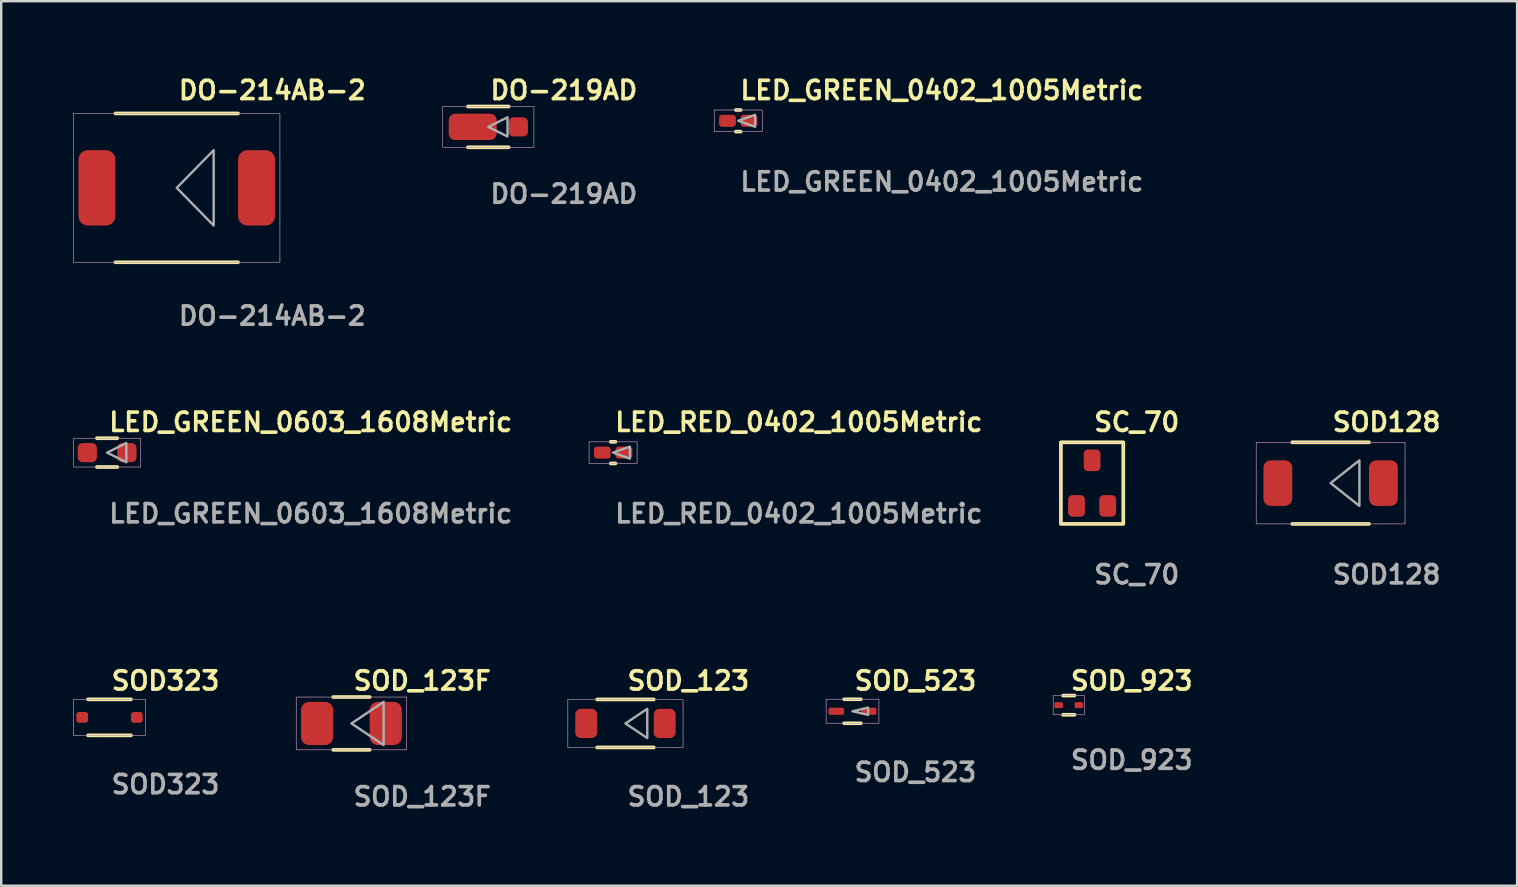
<source format=kicad_pcb>
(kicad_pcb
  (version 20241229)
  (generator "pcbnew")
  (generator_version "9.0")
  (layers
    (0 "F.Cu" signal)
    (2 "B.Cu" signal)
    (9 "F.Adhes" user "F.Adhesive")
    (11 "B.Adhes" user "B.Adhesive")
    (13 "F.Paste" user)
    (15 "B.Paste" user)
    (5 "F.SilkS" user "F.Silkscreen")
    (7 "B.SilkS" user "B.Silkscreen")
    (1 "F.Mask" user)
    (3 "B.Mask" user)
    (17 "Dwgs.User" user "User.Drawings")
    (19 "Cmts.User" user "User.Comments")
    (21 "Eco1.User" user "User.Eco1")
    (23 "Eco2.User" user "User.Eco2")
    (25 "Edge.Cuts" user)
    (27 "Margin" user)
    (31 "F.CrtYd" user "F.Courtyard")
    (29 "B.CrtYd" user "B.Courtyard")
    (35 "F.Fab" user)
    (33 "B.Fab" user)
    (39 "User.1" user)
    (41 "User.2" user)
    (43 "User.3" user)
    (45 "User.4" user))
  (footprint "SOD323"
    (layer "F.Cu")
    (at 1.513 26.838)
    (property "Reference" "SOD323" (at 0 -1.524 0) (unlocked yes) (layer "F.SilkS") (effects (font (size 0.762 0.762) (thickness 0.152)) (justify left)))
    (fp_line (start 0.895 -0.75) (end -0.895 -0.75) (stroke (width 0.152) (type solid)) (layer "F.SilkS"))
    (fp_line (start 0.895 0.75) (end -0.895 0.75) (stroke (width 0.152) (type solid)) (layer "F.SilkS"))
    (fp_rect (start -1.5 -0.75) (end 1.5 0.75) (stroke (width 0.006) (type solid)) (fill no) (layer "F.CrtYd"))
    (fp_rect (start -1.5 -0.75) (end 1.5 0.75) (stroke (width 0.025) (type default)) (fill no) (layer "F.Fab"))
    (fp_text user "${REFERENCE}" (at 0 2.794 0) (unlocked yes) (layer "F.Fab") (effects (font (size 0.762 0.762) (thickness 0.152)) (justify left)))
    (pad "1" smd roundrect (at -1.14 0) (size 0.49 0.45) (layers "F.Cu" "F.Mask" "F.Paste") (roundrect_rratio 0.25))
    (pad "2" smd roundrect (at 1.14 0) (size 0.49 0.45) (layers "F.Cu" "F.Mask" "F.Paste") (roundrect_rratio 0.25)))
  (footprint "LED_GREEN_0603_1608Metric"
    (layer "F.Cu")
    (at 1.413 15.808)
    (property "Reference" "LED_GREEN_0603_1608Metric" (at 0 -1.27 0) (unlocked yes) (layer "F.SilkS") (effects (font (size 0.762 0.762) (thickness 0.152)) (justify left)))
    (fp_line (start 0.425 -0.6) (end -0.425 -0.6) (stroke (width 0.152) (type solid)) (layer "F.SilkS"))
    (fp_line (start 0.425 0.6) (end -0.425 0.6) (stroke (width 0.152) (type solid)) (layer "F.SilkS"))
    (fp_rect (start -1.4 -0.6) (end 1.4 0.6) (stroke (width 0.006) (type solid)) (fill no) (layer "F.CrtYd"))
    (fp_rect (start -1.4 -0.6) (end 1.4 0.6) (stroke (width 0.025) (type default)) (fill no) (layer "F.Fab"))
    (fp_poly (pts (xy 0.8 0) (xy 0.825 0) (xy 0.8 0) (xy 0.8 0.4) (xy 0 0) (xy 0 0.4) (xy 0 0) (xy -0.825 0) (xy 0 0) (xy 0 -0.4) (xy 0 0) (xy 0.8 -0.4)) (stroke (width 0.1) (type solid)) (fill no) (layer "F.Fab"))
    (fp_text user "${REFERENCE}" (at 0 2.54 0) (unlocked yes) (layer "F.Fab") (effects (font (size 0.762 0.762) (thickness 0.152)) (justify left)))
    (pad "1" smd roundrect (at -0.825 0) (size 0.8 0.8) (layers "F.Cu" "F.Mask" "F.Paste") (roundrect_rratio 0.25))
    (pad "2" smd roundrect (at 0.825 0) (size 0.8 0.8) (layers "F.Cu" "F.Mask" "F.Paste") (roundrect_rratio 0.25)))
  (footprint "DO-214AB-2"
    (layer "F.Cu")
    (at 4.313 4.777)
    (property "Reference" "DO-214AB-2" (at 0 -4.064 0) (unlocked yes) (layer "F.SilkS") (effects (font (size 0.762 0.762) (thickness 0.152)) (justify left)))
    (fp_line (start 2.555 -3.1) (end -2.555 -3.1) (stroke (width 0.152) (type solid)) (layer "F.SilkS"))
    (fp_line (start 2.555 3.1) (end -2.555 3.1) (stroke (width 0.152) (type solid)) (layer "F.SilkS"))
    (fp_rect (start -4.3 -3.1) (end 4.3 3.1) (stroke (width 0.006) (type solid)) (fill no) (layer "F.CrtYd"))
    (fp_rect (start -4.3 -3.1) (end 4.3 3.1) (stroke (width 0.025) (type default)) (fill no) (layer "F.Fab"))
    (fp_poly (pts (xy 1.54 0) (xy 3.325 0) (xy 1.54 0) (xy 1.54 1.57) (xy 0 0) (xy 0 1.57) (xy 0 0) (xy -3.325 0) (xy 0 0) (xy 0 -1.57) (xy 0 0) (xy 1.54 -1.57)) (stroke (width 0.1) (type solid)) (fill no) (layer "F.Fab"))
    (fp_text user "${REFERENCE}" (at 0 5.334 0) (unlocked yes) (layer "F.Fab") (effects (font (size 0.762 0.762) (thickness 0.152)) (justify left)))
    (pad "1" smd roundrect (at -3.325 0) (size 1.54 3.14) (layers "F.Cu" "F.Mask" "F.Paste") (roundrect_rratio 0.25))
    (pad "2" smd roundrect (at 3.325 0) (size 1.54 3.14) (layers "F.Cu" "F.Mask" "F.Paste") (roundrect_rratio 0.25)))
  (footprint "SOD128"
    (layer "F.Cu")
    (at 52.389 17.078)
    (property "Reference" "SOD128" (at 0 -2.54 0) (unlocked yes) (layer "F.SilkS") (effects (font (size 0.762 0.762) (thickness 0.152)) (justify left)))
    (fp_line (start 1.6 -1.7) (end -1.6 -1.7) (stroke (width 0.152) (type solid)) (layer "F.SilkS"))
    (fp_line (start 1.6 1.7) (end -1.6 1.7) (stroke (width 0.152) (type solid)) (layer "F.SilkS"))
    (fp_rect (start -3.1 -1.7) (end 3.1 1.7) (stroke (width 0.006) (type solid)) (fill no) (layer "F.CrtYd"))
    (fp_rect (start -3.1 -1.7) (end 3.1 1.7) (stroke (width 0.025) (type default)) (fill no) (layer "F.Fab"))
    (fp_poly (pts (xy 1.2 0) (xy 2.2 0) (xy 1.2 0) (xy 1.2 0.95) (xy 0 0) (xy 0 0.95) (xy 0 0) (xy -2.2 0) (xy 0 0) (xy 0 -0.95) (xy 0 0) (xy 1.2 -0.95)) (stroke (width 0.1) (type solid)) (fill no) (layer "F.Fab"))
    (fp_text user "${REFERENCE}" (at 0 3.81 0) (unlocked yes) (layer "F.Fab") (effects (font (size 0.762 0.762) (thickness 0.152)) (justify left)))
    (pad "1" smd roundrect (at -2.2 0) (size 1.2 1.9) (layers "F.Cu" "F.Mask" "F.Paste") (roundrect_rratio 0.25))
    (pad "2" smd roundrect (at 2.2 0) (size 1.2 1.9) (layers "F.Cu" "F.Mask" "F.Paste") (roundrect_rratio 0.25)))
  (footprint "SOD_923"
    (layer "F.Cu")
    (at 41.48 26.33)
    (property "Reference" "SOD_923" (at 0 -1.016 0) (unlocked yes) (layer "F.SilkS") (effects (font (size 0.762 0.762) (thickness 0.152)) (justify left)))
    (fp_line (start 0.24 -0.4) (end -0.24 -0.4) (stroke (width 0.152) (type solid)) (layer "F.SilkS"))
    (fp_line (start 0.24 0.4) (end -0.24 0.4) (stroke (width 0.152) (type solid)) (layer "F.SilkS"))
    (fp_rect (start -0.65 -0.4) (end 0.65 0.4) (stroke (width 0.006) (type solid)) (fill no) (layer "F.CrtYd"))
    (fp_rect (start -0.65 -0.4) (end 0.65 0.4) (stroke (width 0.025) (type default)) (fill no) (layer "F.Fab"))
    (fp_text user "${REFERENCE}" (at 0 2.286 0) (unlocked yes) (layer "F.Fab") (effects (font (size 0.762 0.762) (thickness 0.152)) (justify left)))
    (pad "1" smd roundrect (at -0.42 0) (size 0.36 0.25) (layers "F.Cu" "F.Mask" "F.Paste") (roundrect_rratio 0.25))
    (pad "2" smd roundrect (at 0.42 0) (size 0.36 0.25) (layers "F.Cu" "F.Mask" "F.Paste") (roundrect_rratio 0.25)))
  (footprint "SOD_523"
    (layer "F.Cu")
    (at 32.469 26.584)
    (property "Reference" "SOD_523" (at 0 -1.27 0) (unlocked yes) (layer "F.SilkS") (effects (font (size 0.762 0.762) (thickness 0.152)) (justify left)))
    (fp_line (start 0.35 -0.5) (end -0.35 -0.5) (stroke (width 0.152) (type solid)) (layer "F.SilkS"))
    (fp_line (start 0.35 0.5) (end -0.35 0.5) (stroke (width 0.152) (type solid)) (layer "F.SilkS"))
    (fp_rect (start -1.1 -0.5) (end 1.1 0.5) (stroke (width 0.006) (type solid)) (fill no) (layer "F.CrtYd"))
    (fp_rect (start -1.1 -0.5) (end 1.1 0.5) (stroke (width 0.025) (type default)) (fill no) (layer "F.Fab"))
    (fp_poly (pts (xy 0.65 0) (xy 0.675 0) (xy 0.65 0) (xy 0.65 0.15) (xy 0 0) (xy 0 0.15) (xy 0 0) (xy -0.675 0) (xy 0 0) (xy 0 -0.15) (xy 0 0) (xy 0.65 -0.15)) (stroke (width 0.1) (type solid)) (fill no) (layer "F.Fab"))
    (fp_text user "${REFERENCE}" (at 0 2.54 0) (unlocked yes) (layer "F.Fab") (effects (font (size 0.762 0.762) (thickness 0.152)) (justify left)))
    (pad "1" smd roundrect (at -0.675 0) (size 0.65 0.3) (layers "F.Cu" "F.Mask" "F.Paste") (roundrect_rratio 0.25))
    (pad "2" smd roundrect (at 0.675 0) (size 0.65 0.3) (layers "F.Cu" "F.Mask" "F.Paste") (roundrect_rratio 0.25)))
  (footprint "LED_GREEN_0402_1005Metric"
    (layer "F.Cu")
    (at 27.709 1.983)
    (property "Reference" "LED_GREEN_0402_1005Metric" (at 0 -1.27 0) (unlocked yes) (layer "F.SilkS") (effects (font (size 0.762 0.762) (thickness 0.152)) (justify left)))
    (fp_line (start 0.1 -0.45) (end -0.1 -0.45) (stroke (width 0.152) (type solid)) (layer "F.SilkS"))
    (fp_line (start 0.1 0.45) (end -0.1 0.45) (stroke (width 0.152) (type solid)) (layer "F.SilkS"))
    (fp_rect (start -1 -0.45) (end 1 0.45) (stroke (width 0.006) (type solid)) (fill no) (layer "F.CrtYd"))
    (fp_rect (start -1 -0.45) (end 1 0.45) (stroke (width 0.025) (type default)) (fill no) (layer "F.Fab"))
    (fp_poly (pts (xy 0.7 0) (xy 0.45 0) (xy 0.7 0) (xy 0.7 0.25) (xy 0 0) (xy 0 0.25) (xy 0 0) (xy -0.45 0) (xy 0 0) (xy 0 -0.25) (xy 0 0) (xy 0.7 -0.25)) (stroke (width 0.1) (type solid)) (fill no) (layer "F.Fab"))
    (fp_text user "${REFERENCE}" (at 0 2.54 0) (unlocked yes) (layer "F.Fab") (effects (font (size 0.762 0.762) (thickness 0.152)) (justify left)))
    (pad "1" smd roundrect (at -0.45 0) (size 0.7 0.5) (layers "F.Cu" "F.Mask" "F.Paste") (roundrect_rratio 0.25))
    (pad "2" smd roundrect (at 0.45 0) (size 0.7 0.5) (layers "F.Cu" "F.Mask" "F.Paste") (roundrect_rratio 0.25)))
  (footprint "DO-219AD"
    (layer "F.Cu")
    (at 17.295 2.237)
    (property "Reference" "DO-219AD" (at 0 -1.524 0) (unlocked yes) (layer "F.SilkS") (effects (font (size 0.762 0.762) (thickness 0.152)) (justify left)))
    (fp_line (start 0.85 -0.85) (end -0.85 -0.85) (stroke (width 0.152) (type solid)) (layer "F.SilkS"))
    (fp_line (start 0.85 0.85) (end -0.85 0.85) (stroke (width 0.152) (type solid)) (layer "F.SilkS"))
    (fp_rect (start -1.9 -0.85) (end 1.9 0.85) (stroke (width 0.006) (type solid)) (fill no) (layer "F.CrtYd"))
    (fp_rect (start -1.9 -0.85) (end 1.9 0.85) (stroke (width 0.025) (type default)) (fill no) (layer "F.Fab"))
    (fp_poly (pts (xy 0.8 0) (xy 1.25 0) (xy 0.8 0) (xy 0.8 0.4) (xy 0 0) (xy 0 0.4) (xy 0 0) (xy -0.65 0) (xy 0 0) (xy 0 -0.4) (xy 0 0) (xy 0.8 -0.4)) (stroke (width 0.1) (type solid)) (fill no) (layer "F.Fab"))
    (fp_text user "${REFERENCE}" (at 0 2.794 0) (unlocked yes) (layer "F.Fab") (effects (font (size 0.762 0.762) (thickness 0.152)) (justify left)))
    (pad "1" smd roundrect (at -0.65 0) (size 2 1.1) (layers "F.Cu" "F.Mask" "F.Paste") (roundrect_rratio 0.25))
    (pad "2" smd roundrect (at 1.25 0) (size 0.8 0.8) (layers "F.Cu" "F.Mask" "F.Paste") (roundrect_rratio 0.25)))
  (footprint "SOD_123"
    (layer "F.Cu")
    (at 23.008 27.092)
    (property "Reference" "SOD_123" (at 0 -1.778 0) (unlocked yes) (layer "F.SilkS") (effects (font (size 0.762 0.762) (thickness 0.152)) (justify left)))
    (fp_line (start 1.18 -1) (end -1.18 -1) (stroke (width 0.152) (type solid)) (layer "F.SilkS"))
    (fp_line (start 1.18 1) (end -1.18 1) (stroke (width 0.152) (type solid)) (layer "F.SilkS"))
    (fp_rect (start -2.4 -1) (end 2.4 1) (stroke (width 0.006) (type solid)) (fill no) (layer "F.CrtYd"))
    (fp_rect (start -2.4 -1) (end 2.4 1) (stroke (width 0.025) (type default)) (fill no) (layer "F.Fab"))
    (fp_poly (pts (xy 0.91 0) (xy 1.635 0) (xy 0.91 0) (xy 0.91 0.61) (xy 0 0) (xy 0 0.61) (xy 0 0) (xy -1.635 0) (xy 0 0) (xy 0 -0.61) (xy 0 0) (xy 0.91 -0.61)) (stroke (width 0.1) (type solid)) (fill no) (layer "F.Fab"))
    (fp_text user "${REFERENCE}" (at 0 3.048 0) (unlocked yes) (layer "F.Fab") (effects (font (size 0.762 0.762) (thickness 0.152)) (justify left)))
    (pad "1" smd roundrect (at -1.635 0) (size 0.91 1.22) (layers "F.Cu" "F.Mask" "F.Paste") (roundrect_rratio 0.25))
    (pad "2" smd roundrect (at 1.635 0) (size 0.91 1.22) (layers "F.Cu" "F.Mask" "F.Paste") (roundrect_rratio 0.25)))
  (footprint "LED_RED_0402_1005Metric"
    (layer "F.Cu")
    (at 22.494 15.808)
    (property "Reference" "LED_RED_0402_1005Metric" (at 0 -1.27 0) (unlocked yes) (layer "F.SilkS") (effects (font (size 0.762 0.762) (thickness 0.152)) (justify left)))
    (fp_line (start 0.1 -0.45) (end -0.1 -0.45) (stroke (width 0.152) (type solid)) (layer "F.SilkS"))
    (fp_line (start 0.1 0.45) (end -0.1 0.45) (stroke (width 0.152) (type solid)) (layer "F.SilkS"))
    (fp_rect (start -1 -0.45) (end 1 0.45) (stroke (width 0.006) (type solid)) (fill no) (layer "F.CrtYd"))
    (fp_rect (start -1 -0.45) (end 1 0.45) (stroke (width 0.025) (type default)) (fill no) (layer "F.Fab"))
    (fp_poly (pts (xy 0.7 0) (xy 0.45 0) (xy 0.7 0) (xy 0.7 0.25) (xy 0 0) (xy 0 0.25) (xy 0 0) (xy -0.45 0) (xy 0 0) (xy 0 -0.25) (xy 0 0) (xy 0.7 -0.25)) (stroke (width 0.1) (type solid)) (fill no) (layer "F.Fab"))
    (fp_text user "${REFERENCE}" (at 0 2.54 0) (unlocked yes) (layer "F.Fab") (effects (font (size 0.762 0.762) (thickness 0.152)) (justify left)))
    (pad "1" smd roundrect (at -0.45 0) (size 0.7 0.5) (layers "F.Cu" "F.Mask" "F.Paste") (roundrect_rratio 0.25))
    (pad "2" smd roundrect (at 0.45 0) (size 0.7 0.5) (layers "F.Cu" "F.Mask" "F.Paste") (roundrect_rratio 0.25)))
  (footprint "SC_70"
    (layer "F.Cu")
    (at 42.451 17.078)
    (property "Reference" "SC_70" (at 0 -2.54 0) (unlocked yes) (layer "F.SilkS") (effects (font (size 0.762 0.762) (thickness 0.152)) (justify left)))
    (fp_rect (start -1.3 1.7) (end 1.3 -1.7) (stroke (width 0.152) (type solid)) (fill no) (layer "F.SilkS"))
    (fp_rect (start -1.3 -1.7) (end 1.3 1.7) (stroke (width 0.006) (type solid)) (fill no) (layer "F.CrtYd"))
    (fp_text user "${REFERENCE}" (at 0 3.81 0) (unlocked yes) (layer "F.Fab") (effects (font (size 0.762 0.762) (thickness 0.152)) (justify left)))
    (pad "1" smd roundrect (at -0.65 0.95) (size 0.7 0.9) (layers "F.Cu" "F.Mask" "F.Paste") (roundrect_rratio 0.25))
    (pad "2" smd roundrect (at 0.65 0.95) (size 0.7 0.9) (layers "F.Cu" "F.Mask" "F.Paste") (roundrect_rratio 0.25))
    (pad "3" smd roundrect (at 0 -0.95) (size 0.7 0.9) (layers "F.Cu" "F.Mask" "F.Paste") (roundrect_rratio 0.25)))
  (footprint "SOD_123F"
    (layer "F.Cu")
    (at 11.593 27.092)
    (property "Reference" "SOD_123F" (at 0 -1.778 0) (unlocked yes) (layer "F.SilkS") (effects (font (size 0.762 0.762) (thickness 0.152)) (justify left)))
    (fp_line (start 0.76 -1.1) (end -0.76 -1.1) (stroke (width 0.152) (type solid)) (layer "F.SilkS"))
    (fp_line (start 0.76 1.1) (end -0.76 1.1) (stroke (width 0.152) (type solid)) (layer "F.SilkS"))
    (fp_rect (start -2.3 -1.1) (end 2.3 1.1) (stroke (width 0.006) (type solid)) (fill no) (layer "F.CrtYd"))
    (fp_rect (start -2.3 -1.1) (end 2.3 1.1) (stroke (width 0.025) (type default)) (fill no) (layer "F.Fab"))
    (fp_poly (pts (xy 1.34 0) (xy 1.43 0) (xy 1.34 0) (xy 1.34 0.9) (xy 0 0) (xy 0 0.9) (xy 0 0) (xy -1.43 0) (xy 0 0) (xy 0 -0.9) (xy 0 0) (xy 1.34 -0.9)) (stroke (width 0.1) (type solid)) (fill no) (layer "F.Fab"))
    (fp_text user "${REFERENCE}" (at 0 3.048 0) (unlocked yes) (layer "F.Fab") (effects (font (size 0.762 0.762) (thickness 0.152)) (justify left)))
    (pad "1" smd roundrect (at -1.43 0) (size 1.34 1.8) (layers "F.Cu" "F.Mask" "F.Paste") (roundrect_rratio 0.25))
    (pad "2" smd roundrect (at 1.43 0) (size 1.34 1.8) (layers "F.Cu" "F.Mask" "F.Paste") (roundrect_rratio 0.25)))
  (gr_rect
    (start -3 -3)
    (end 60.157 33.853)
    (stroke (width 0.1) (type default))
    (fill no)
    (layer "Edge.Cuts")))
</source>
